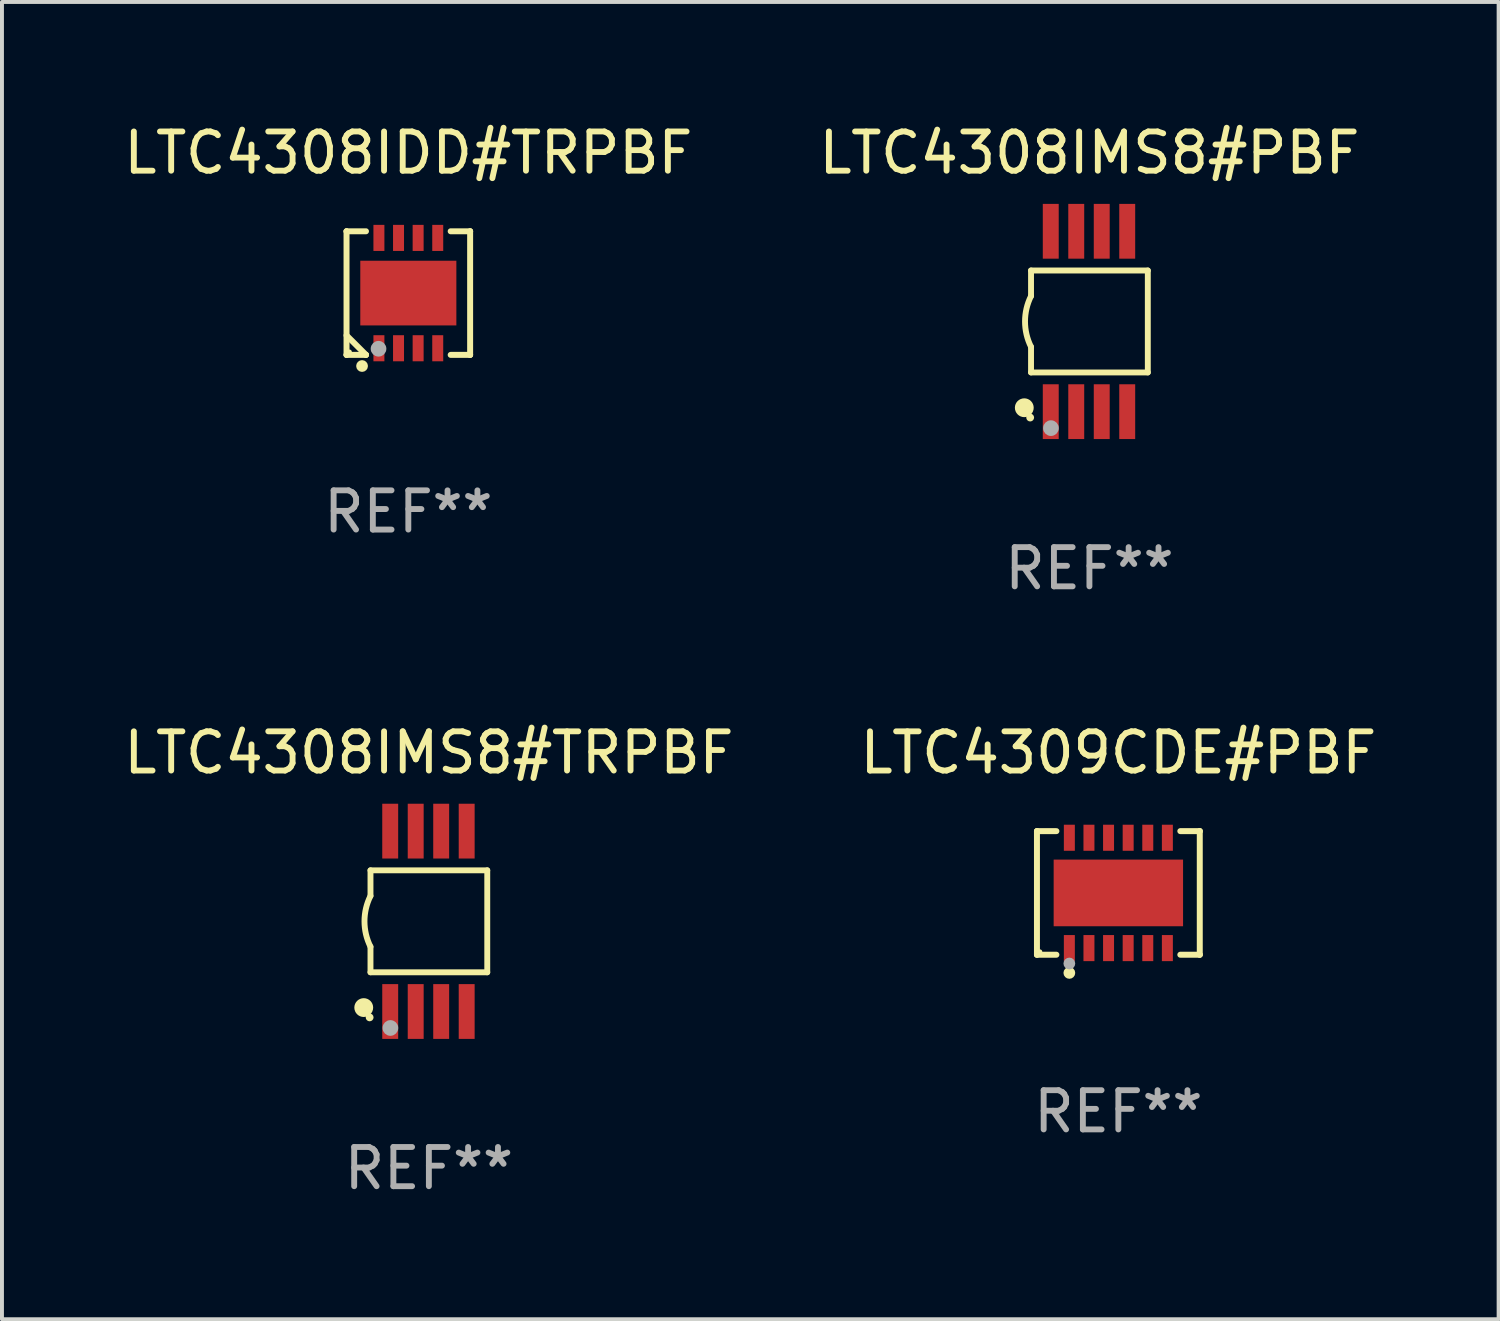
<source format=kicad_pcb>
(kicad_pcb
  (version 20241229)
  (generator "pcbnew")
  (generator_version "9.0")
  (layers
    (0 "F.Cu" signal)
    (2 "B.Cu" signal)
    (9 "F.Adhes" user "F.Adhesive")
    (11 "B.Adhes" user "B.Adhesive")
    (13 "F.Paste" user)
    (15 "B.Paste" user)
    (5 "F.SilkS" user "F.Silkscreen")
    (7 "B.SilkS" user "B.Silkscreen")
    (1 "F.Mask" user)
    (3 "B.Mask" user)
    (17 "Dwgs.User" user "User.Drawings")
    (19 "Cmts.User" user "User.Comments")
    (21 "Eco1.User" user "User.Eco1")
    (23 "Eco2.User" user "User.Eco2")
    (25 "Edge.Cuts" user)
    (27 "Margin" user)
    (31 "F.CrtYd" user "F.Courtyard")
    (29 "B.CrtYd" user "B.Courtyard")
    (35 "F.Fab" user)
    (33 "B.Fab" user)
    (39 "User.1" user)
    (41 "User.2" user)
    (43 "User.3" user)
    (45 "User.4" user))
  (footprint "LTC4308IMS8#PBF"
    (layer "F.Cu")
    (at 24.732 5.148)
    (property "Reference" "LTC4308IMS8#PBF" (at 0 -4.3 0) (layer "F.SilkS") (effects (font (size 1 1) (thickness 0.15))))
    (attr through_hole)
    (fp_line (start -1.489 -1.3) (end -1.489 -0.648) (stroke (width 0.15) (type solid)) (layer "F.SilkS"))
    (fp_line (start -1.489 0.648) (end -1.489 1.3) (stroke (width 0.15) (type solid)) (layer "F.SilkS"))
    (fp_line (start -1.489 1.3) (end 1.489 1.3) (stroke (width 0.15) (type solid)) (layer "F.SilkS"))
    (fp_line (start 1.489 -1.3) (end -1.489 -1.3) (stroke (width 0.15) (type solid)) (layer "F.SilkS"))
    (fp_line (start 1.489 1.3) (end 1.489 -1.3) (stroke (width 0.15) (type solid)) (layer "F.SilkS"))
    (fp_arc (start -1.489205 0.647702) (mid -1.642107 0) (end -1.489205 -0.647701) (stroke (width 0.150013) (type solid)) (layer "F.SilkS"))
    (fp_circle (center -1.661 2.2) (end -1.541 2.2) (stroke (width 0.24) (type solid)) (fill no) (layer "F.SilkS"))
    (fp_circle (center -1.511 2.45) (end -1.461 2.45) (stroke (width 0.1) (type solid)) (fill no) (layer "F.SilkS"))
    (fp_circle (center -0.981 2.72) (end -0.881 2.72) (stroke (width 0.2) (type solid)) (fill no) (layer "F.Fab"))
    (fp_text user "REF**" (at 0 6.3 0) (layer "F.Fab") (effects (font (size 1 1) (thickness 0.15))))
    (pad "1" smd rect (at -0.986 2.3) (size 0.406 1.397) (layers "F.Cu" "F.Mask" "F.Paste"))
    (pad "2" smd rect (at -0.336 2.3) (size 0.406 1.397) (layers "F.Cu" "F.Mask" "F.Paste"))
    (pad "3" smd rect (at 0.314 2.3) (size 0.406 1.397) (layers "F.Cu" "F.Mask" "F.Paste"))
    (pad "4" smd rect (at 0.964 2.3) (size 0.406 1.397) (layers "F.Cu" "F.Mask" "F.Paste"))
    (pad "5" smd rect (at 0.964 -2.3) (size 0.406 1.397) (layers "F.Cu" "F.Mask" "F.Paste"))
    (pad "6" smd rect (at 0.314 -2.3) (size 0.406 1.397) (layers "F.Cu" "F.Mask" "F.Paste"))
    (pad "7" smd rect (at -0.336 -2.3) (size 0.406 1.397) (layers "F.Cu" "F.Mask" "F.Paste"))
    (pad "8" smd rect (at -0.986 -2.3) (size 0.406 1.397) (layers "F.Cu" "F.Mask" "F.Paste")))
  (footprint "LTC4308IMS8#TRPBF"
    (layer "F.Cu")
    (at 7.887 20.445)
    (property "Reference" "LTC4308IMS8#TRPBF" (at 0 -4.3 0) (layer "F.SilkS") (effects (font (size 1 1) (thickness 0.15))))
    (attr through_hole)
    (fp_line (start -1.489 -1.3) (end -1.489 -0.648) (stroke (width 0.15) (type solid)) (layer "F.SilkS"))
    (fp_line (start -1.489 0.648) (end -1.489 1.3) (stroke (width 0.15) (type solid)) (layer "F.SilkS"))
    (fp_line (start -1.489 1.3) (end 1.489 1.3) (stroke (width 0.15) (type solid)) (layer "F.SilkS"))
    (fp_line (start 1.489 -1.3) (end -1.489 -1.3) (stroke (width 0.15) (type solid)) (layer "F.SilkS"))
    (fp_line (start 1.489 1.3) (end 1.489 -1.3) (stroke (width 0.15) (type solid)) (layer "F.SilkS"))
    (fp_arc (start -1.489205 0.647702) (mid -1.642107 0) (end -1.489205 -0.647701) (stroke (width 0.150013) (type solid)) (layer "F.SilkS"))
    (fp_circle (center -1.661 2.2) (end -1.541 2.2) (stroke (width 0.24) (type solid)) (fill no) (layer "F.SilkS"))
    (fp_circle (center -1.511 2.45) (end -1.461 2.45) (stroke (width 0.1) (type solid)) (fill no) (layer "F.SilkS"))
    (fp_circle (center -0.981 2.72) (end -0.881 2.72) (stroke (width 0.2) (type solid)) (fill no) (layer "F.Fab"))
    (fp_text user "REF**" (at 0 6.3 0) (layer "F.Fab") (effects (font (size 1 1) (thickness 0.15))))
    (pad "1" smd rect (at -0.986 2.3) (size 0.406 1.397) (layers "F.Cu" "F.Mask" "F.Paste"))
    (pad "2" smd rect (at -0.336 2.3) (size 0.406 1.397) (layers "F.Cu" "F.Mask" "F.Paste"))
    (pad "3" smd rect (at 0.314 2.3) (size 0.406 1.397) (layers "F.Cu" "F.Mask" "F.Paste"))
    (pad "4" smd rect (at 0.964 2.3) (size 0.406 1.397) (layers "F.Cu" "F.Mask" "F.Paste"))
    (pad "5" smd rect (at 0.964 -2.3) (size 0.406 1.397) (layers "F.Cu" "F.Mask" "F.Paste"))
    (pad "6" smd rect (at 0.314 -2.3) (size 0.406 1.397) (layers "F.Cu" "F.Mask" "F.Paste"))
    (pad "7" smd rect (at -0.336 -2.3) (size 0.406 1.397) (layers "F.Cu" "F.Mask" "F.Paste"))
    (pad "8" smd rect (at -0.986 -2.3) (size 0.406 1.397) (layers "F.Cu" "F.Mask" "F.Paste")))
  (footprint "LTC4308IDD#TRPBF"
    (layer "F.Cu")
    (at 7.363 4.424)
    (property "Reference" "LTC4308IDD#TRPBF" (at 0 -3.576 0) (layer "F.SilkS") (effects (font (size 1 1) (thickness 0.15))))
    (attr through_hole)
    (fp_line (start -1.576 -1.576) (end -1.576 -1.576) (stroke (width 0.152) (type solid)) (layer "F.SilkS"))
    (fp_line (start -1.576 -1.576) (end -1.08 -1.576) (stroke (width 0.152) (type solid)) (layer "F.SilkS"))
    (fp_line (start -1.576 1.576) (end -1.576 -1.576) (stroke (width 0.152) (type solid)) (layer "F.SilkS"))
    (fp_line (start -1.576 1.576) (end -1.576 1.576) (stroke (width 0.152) (type solid)) (layer "F.SilkS"))
    (fp_line (start -1.08 1.575) (end -1.576 1.079) (stroke (width 0.152) (type solid)) (layer "F.SilkS"))
    (fp_line (start -1.08 1.576) (end -1.576 1.576) (stroke (width 0.152) (type solid)) (layer "F.SilkS"))
    (fp_line (start -1.08 1.576) (end -1.08 1.575) (stroke (width 0.152) (type solid)) (layer "F.SilkS"))
    (fp_line (start 1.08 1.576) (end 1.576 1.576) (stroke (width 0.152) (type solid)) (layer "F.SilkS"))
    (fp_line (start 1.576 -1.576) (end 1.08 -1.576) (stroke (width 0.152) (type solid)) (layer "F.SilkS"))
    (fp_line (start 1.576 -1.576) (end 1.576 -1.576) (stroke (width 0.152) (type solid)) (layer "F.SilkS"))
    (fp_line (start 1.576 1.576) (end 1.576 -1.576) (stroke (width 0.152) (type solid)) (layer "F.SilkS"))
    (fp_line (start 1.576 1.576) (end 1.576 1.576) (stroke (width 0.152) (type solid)) (layer "F.SilkS"))
    (fp_circle (center -1.5 1.5) (end -1.47 1.5) (stroke (width 0.06) (type solid)) (fill no) (layer "F.SilkS"))
    (fp_circle (center -1.18 1.86) (end -1.105 1.86) (stroke (width 0.15) (type solid)) (fill no) (layer "F.SilkS"))
    (fp_circle (center -0.76 1.42) (end -0.66 1.42) (stroke (width 0.2) (type solid)) (fill no) (layer "F.Fab"))
    (fp_text user "REF**" (at 0 5.576 0) (layer "F.Fab") (effects (font (size 1 1) (thickness 0.15))))
    (pad "1" smd rect (at -0.75 1.407) (size 0.28 0.665) (layers "F.Cu" "F.Mask" "F.Paste"))
    (pad "2" smd rect (at -0.25 1.407) (size 0.28 0.665) (layers "F.Cu" "F.Mask" "F.Paste"))
    (pad "3" smd rect (at 0.25 1.407) (size 0.28 0.665) (layers "F.Cu" "F.Mask" "F.Paste"))
    (pad "4" smd rect (at 0.75 1.407) (size 0.28 0.665) (layers "F.Cu" "F.Mask" "F.Paste"))
    (pad "5" smd rect (at 0.75 -1.407) (size 0.28 0.665) (layers "F.Cu" "F.Mask" "F.Paste"))
    (pad "6" smd rect (at 0.25 -1.407) (size 0.28 0.665) (layers "F.Cu" "F.Mask" "F.Paste"))
    (pad "7" smd rect (at -0.25 -1.407) (size 0.28 0.665) (layers "F.Cu" "F.Mask" "F.Paste"))
    (pad "8" smd rect (at -0.75 -1.407) (size 0.28 0.665) (layers "F.Cu" "F.Mask" "F.Paste"))
    (pad "9" smd rect (at 0 0) (size 2.45 1.65) (layers "F.Cu" "F.Mask" "F.Paste")))
  (footprint "LTC4309CDE#PBF"
    (layer "F.Cu")
    (at 25.47 19.721)
    (property "Reference" "LTC4309CDE#PBF" (at 0 -3.576 0) (layer "F.SilkS") (effects (font (size 1 1) (thickness 0.15))))
    (attr through_hole)
    (fp_line (start -2.076 -1.576) (end -2.076 -1.576) (stroke (width 0.152) (type solid)) (layer "F.SilkS"))
    (fp_line (start -2.076 -1.576) (end -1.58 -1.576) (stroke (width 0.152) (type solid)) (layer "F.SilkS"))
    (fp_line (start -2.076 1.576) (end -2.076 -1.576) (stroke (width 0.152) (type solid)) (layer "F.SilkS"))
    (fp_line (start -2.076 1.576) (end -2.076 1.576) (stroke (width 0.152) (type solid)) (layer "F.SilkS"))
    (fp_line (start -1.58 1.576) (end -2.076 1.576) (stroke (width 0.152) (type solid)) (layer "F.SilkS"))
    (fp_line (start 1.58 1.576) (end 2.076 1.576) (stroke (width 0.152) (type solid)) (layer "F.SilkS"))
    (fp_line (start 2.076 -1.576) (end 1.58 -1.576) (stroke (width 0.152) (type solid)) (layer "F.SilkS"))
    (fp_line (start 2.076 -1.576) (end 2.076 -1.576) (stroke (width 0.152) (type solid)) (layer "F.SilkS"))
    (fp_line (start 2.076 1.576) (end 2.076 -1.576) (stroke (width 0.152) (type solid)) (layer "F.SilkS"))
    (fp_line (start 2.076 1.576) (end 2.076 1.576) (stroke (width 0.152) (type solid)) (layer "F.SilkS"))
    (fp_circle (center -2 1.5) (end -1.97 1.5) (stroke (width 0.06) (type solid)) (fill no) (layer "F.SilkS"))
    (fp_circle (center -1.25 2.04) (end -1.175 2.04) (stroke (width 0.15) (type solid)) (fill no) (layer "F.SilkS"))
    (fp_circle (center -1.25 1.8) (end -1.175 1.8) (stroke (width 0.15) (type solid)) (fill no) (layer "F.Fab"))
    (fp_text user "REF**" (at 0 5.576 0) (layer "F.Fab") (effects (font (size 1 1) (thickness 0.15))))
    (pad "1" smd rect (at -1.25 1.407) (size 0.28 0.665) (layers "F.Cu" "F.Mask" "F.Paste"))
    (pad "2" smd rect (at -0.75 1.407) (size 0.28 0.665) (layers "F.Cu" "F.Mask" "F.Paste"))
    (pad "3" smd rect (at -0.25 1.407) (size 0.28 0.665) (layers "F.Cu" "F.Mask" "F.Paste"))
    (pad "4" smd rect (at 0.25 1.407) (size 0.28 0.665) (layers "F.Cu" "F.Mask" "F.Paste"))
    (pad "5" smd rect (at 0.75 1.407) (size 0.28 0.665) (layers "F.Cu" "F.Mask" "F.Paste"))
    (pad "6" smd rect (at 1.25 1.407) (size 0.28 0.665) (layers "F.Cu" "F.Mask" "F.Paste"))
    (pad "7" smd rect (at 1.25 -1.407) (size 0.28 0.665) (layers "F.Cu" "F.Mask" "F.Paste"))
    (pad "8" smd rect (at 0.75 -1.407) (size 0.28 0.665) (layers "F.Cu" "F.Mask" "F.Paste"))
    (pad "9" smd rect (at 0.25 -1.407) (size 0.28 0.665) (layers "F.Cu" "F.Mask" "F.Paste"))
    (pad "10" smd rect (at -0.25 -1.407) (size 0.28 0.665) (layers "F.Cu" "F.Mask" "F.Paste"))
    (pad "11" smd rect (at -0.75 -1.407) (size 0.28 0.665) (layers "F.Cu" "F.Mask" "F.Paste"))
    (pad "12" smd rect (at -1.25 -1.407) (size 0.28 0.665) (layers "F.Cu" "F.Mask" "F.Paste"))
    (pad "13" smd rect (at 0 0) (size 3.3 1.7) (layers "F.Cu" "F.Mask" "F.Paste")))
  (gr_rect
    (start -3 -3)
    (end 35.167 30.593)
    (stroke (width 0.1) (type default))
    (fill no)
    (layer "Edge.Cuts")))
</source>
